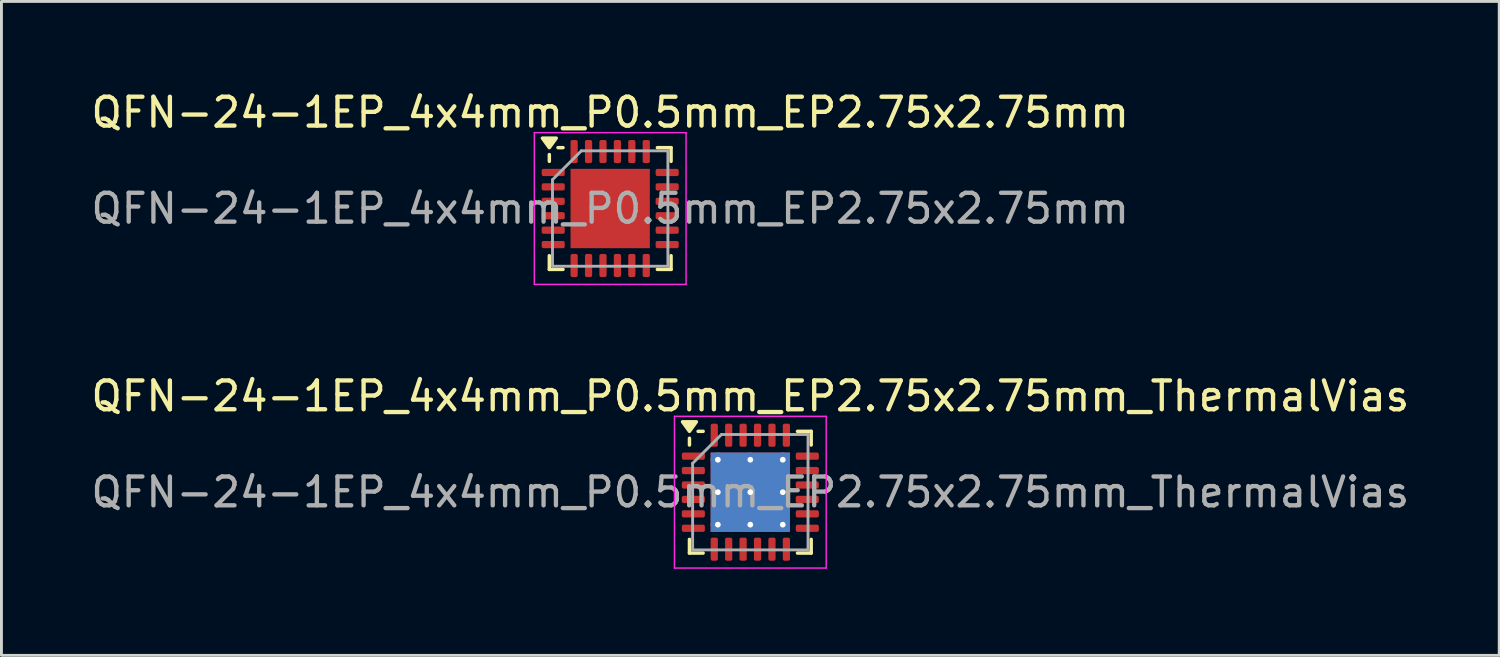
<source format=kicad_pcb>
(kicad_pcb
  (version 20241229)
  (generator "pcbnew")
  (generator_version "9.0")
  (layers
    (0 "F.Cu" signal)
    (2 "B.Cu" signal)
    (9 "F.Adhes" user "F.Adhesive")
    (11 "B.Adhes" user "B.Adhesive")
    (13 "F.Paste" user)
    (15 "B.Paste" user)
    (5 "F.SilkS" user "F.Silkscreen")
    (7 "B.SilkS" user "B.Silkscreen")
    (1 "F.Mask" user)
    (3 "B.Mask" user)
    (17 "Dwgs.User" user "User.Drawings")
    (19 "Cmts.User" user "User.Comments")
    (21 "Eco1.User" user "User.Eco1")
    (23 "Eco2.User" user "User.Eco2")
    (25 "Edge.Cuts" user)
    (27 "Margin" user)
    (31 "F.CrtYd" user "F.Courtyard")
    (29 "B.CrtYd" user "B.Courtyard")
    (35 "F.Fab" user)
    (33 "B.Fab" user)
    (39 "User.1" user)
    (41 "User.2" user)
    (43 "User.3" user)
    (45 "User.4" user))
  (footprint "QFN-24-1EP_4x4mm_P0.5mm_EP2.75x2.75mm_ThermalVias"
    (layer "F.Cu")
    (at 22.958 14.011)
    (property "Reference" "QFN-24-1EP_4x4mm_P0.5mm_EP2.75x2.75mm_ThermalVias" (at 0 -3.33 0) (layer "F.SilkS") (effects (font (size 1 1) (thickness 0.15))))
    (attr smd)
    (fp_line (start -2.11 -1.635) (end -2.11 -1.87) (stroke (width 0.12) (type solid)) (layer "F.SilkS"))
    (fp_line (start -2.11 2.11) (end -2.11 1.635) (stroke (width 0.12) (type solid)) (layer "F.SilkS"))
    (fp_line (start -1.635 -2.11) (end -1.81 -2.11) (stroke (width 0.12) (type solid)) (layer "F.SilkS"))
    (fp_line (start -1.635 2.11) (end -2.11 2.11) (stroke (width 0.12) (type solid)) (layer "F.SilkS"))
    (fp_line (start 1.635 -2.11) (end 2.11 -2.11) (stroke (width 0.12) (type solid)) (layer "F.SilkS"))
    (fp_line (start 1.635 2.11) (end 2.11 2.11) (stroke (width 0.12) (type solid)) (layer "F.SilkS"))
    (fp_line (start 2.11 -2.11) (end 2.11 -1.635) (stroke (width 0.12) (type solid)) (layer "F.SilkS"))
    (fp_line (start 2.11 2.11) (end 2.11 1.635) (stroke (width 0.12) (type solid)) (layer "F.SilkS"))
    (fp_poly (pts (xy -2.11 -2.11) (xy -2.35 -2.44) (xy -1.87 -2.44) (xy -2.11 -2.11)) (stroke (width 0.12) (type solid)) (fill yes) (layer "F.SilkS"))
    (fp_line (start -2.63 -2.63) (end -2.63 2.63) (stroke (width 0.05) (type solid)) (layer "F.CrtYd"))
    (fp_line (start -2.63 2.63) (end 2.63 2.63) (stroke (width 0.05) (type solid)) (layer "F.CrtYd"))
    (fp_line (start 2.63 -2.63) (end -2.63 -2.63) (stroke (width 0.05) (type solid)) (layer "F.CrtYd"))
    (fp_line (start 2.63 2.63) (end 2.63 -2.63) (stroke (width 0.05) (type solid)) (layer "F.CrtYd"))
    (fp_line (start -2 -1) (end -1 -2) (stroke (width 0.1) (type solid)) (layer "F.Fab"))
    (fp_line (start -2 2) (end -2 -1) (stroke (width 0.1) (type solid)) (layer "F.Fab"))
    (fp_line (start -1 -2) (end 2 -2) (stroke (width 0.1) (type solid)) (layer "F.Fab"))
    (fp_line (start 2 -2) (end 2 2) (stroke (width 0.1) (type solid)) (layer "F.Fab"))
    (fp_line (start 2 2) (end -2 2) (stroke (width 0.1) (type solid)) (layer "F.Fab"))
    (fp_text user "${REFERENCE}" (at 0 0 0) (layer "F.Fab") (effects (font (size 1 1) (thickness 0.15))))
    (pad "" smd roundrect (at -0.69 -0.69) (size 1.19 1.19) (layers "F.Paste") (roundrect_rratio 0.21))
    (pad "" smd roundrect (at -0.69 0.69) (size 1.19 1.19) (layers "F.Paste") (roundrect_rratio 0.21))
    (pad "" smd roundrect (at 0.69 -0.69) (size 1.19 1.19) (layers "F.Paste") (roundrect_rratio 0.21))
    (pad "" smd roundrect (at 0.69 0.69) (size 1.19 1.19) (layers "F.Paste") (roundrect_rratio 0.21))
    (pad "1" smd roundrect (at -1.975 -1.25) (size 0.8 0.25) (layers "F.Cu" "F.Mask" "F.Paste") (roundrect_rratio 0.25))
    (pad "2" smd roundrect (at -1.975 -0.75) (size 0.8 0.25) (layers "F.Cu" "F.Mask" "F.Paste") (roundrect_rratio 0.25))
    (pad "3" smd roundrect (at -1.975 -0.25) (size 0.8 0.25) (layers "F.Cu" "F.Mask" "F.Paste") (roundrect_rratio 0.25))
    (pad "4" smd roundrect (at -1.975 0.25) (size 0.8 0.25) (layers "F.Cu" "F.Mask" "F.Paste") (roundrect_rratio 0.25))
    (pad "5" smd roundrect (at -1.975 0.75) (size 0.8 0.25) (layers "F.Cu" "F.Mask" "F.Paste") (roundrect_rratio 0.25))
    (pad "6" smd roundrect (at -1.975 1.25) (size 0.8 0.25) (layers "F.Cu" "F.Mask" "F.Paste") (roundrect_rratio 0.25))
    (pad "7" smd roundrect (at -1.25 1.975) (size 0.25 0.8) (layers "F.Cu" "F.Mask" "F.Paste") (roundrect_rratio 0.25))
    (pad "8" smd roundrect (at -0.75 1.975) (size 0.25 0.8) (layers "F.Cu" "F.Mask" "F.Paste") (roundrect_rratio 0.25))
    (pad "9" smd roundrect (at -0.25 1.975) (size 0.25 0.8) (layers "F.Cu" "F.Mask" "F.Paste") (roundrect_rratio 0.25))
    (pad "10" smd roundrect (at 0.25 1.975) (size 0.25 0.8) (layers "F.Cu" "F.Mask" "F.Paste") (roundrect_rratio 0.25))
    (pad "11" smd roundrect (at 0.75 1.975) (size 0.25 0.8) (layers "F.Cu" "F.Mask" "F.Paste") (roundrect_rratio 0.25))
    (pad "12" smd roundrect (at 1.25 1.975) (size 0.25 0.8) (layers "F.Cu" "F.Mask" "F.Paste") (roundrect_rratio 0.25))
    (pad "13" smd roundrect (at 1.975 1.25) (size 0.8 0.25) (layers "F.Cu" "F.Mask" "F.Paste") (roundrect_rratio 0.25))
    (pad "14" smd roundrect (at 1.975 0.75) (size 0.8 0.25) (layers "F.Cu" "F.Mask" "F.Paste") (roundrect_rratio 0.25))
    (pad "15" smd roundrect (at 1.975 0.25) (size 0.8 0.25) (layers "F.Cu" "F.Mask" "F.Paste") (roundrect_rratio 0.25))
    (pad "16" smd roundrect (at 1.975 -0.25) (size 0.8 0.25) (layers "F.Cu" "F.Mask" "F.Paste") (roundrect_rratio 0.25))
    (pad "17" smd roundrect (at 1.975 -0.75) (size 0.8 0.25) (layers "F.Cu" "F.Mask" "F.Paste") (roundrect_rratio 0.25))
    (pad "18" smd roundrect (at 1.975 -1.25) (size 0.8 0.25) (layers "F.Cu" "F.Mask" "F.Paste") (roundrect_rratio 0.25))
    (pad "19" smd roundrect (at 1.25 -1.975) (size 0.25 0.8) (layers "F.Cu" "F.Mask" "F.Paste") (roundrect_rratio 0.25))
    (pad "20" smd roundrect (at 0.75 -1.975) (size 0.25 0.8) (layers "F.Cu" "F.Mask" "F.Paste") (roundrect_rratio 0.25))
    (pad "21" smd roundrect (at 0.25 -1.975) (size 0.25 0.8) (layers "F.Cu" "F.Mask" "F.Paste") (roundrect_rratio 0.25))
    (pad "22" smd roundrect (at -0.25 -1.975) (size 0.25 0.8) (layers "F.Cu" "F.Mask" "F.Paste") (roundrect_rratio 0.25))
    (pad "23" smd roundrect (at -0.75 -1.975) (size 0.25 0.8) (layers "F.Cu" "F.Mask" "F.Paste") (roundrect_rratio 0.25))
    (pad "24" smd roundrect (at -1.25 -1.975) (size 0.25 0.8) (layers "F.Cu" "F.Mask" "F.Paste") (roundrect_rratio 0.25))
    (pad "25" thru_hole circle (at -1.125 -1.125) (size 0.5 0.5) (drill 0.2) (property pad_prop_heatsink) (layers "*.Cu"))
    (pad "25" thru_hole circle (at -1.125 0) (size 0.5 0.5) (drill 0.2) (property pad_prop_heatsink) (layers "*.Cu"))
    (pad "25" thru_hole circle (at -1.125 1.125) (size 0.5 0.5) (drill 0.2) (property pad_prop_heatsink) (layers "*.Cu"))
    (pad "25" thru_hole circle (at 0 -1.125) (size 0.5 0.5) (drill 0.2) (property pad_prop_heatsink) (layers "*.Cu"))
    (pad "25" thru_hole circle (at 0 0) (size 0.5 0.5) (drill 0.2) (property pad_prop_heatsink) (layers "*.Cu"))
    (pad "25" smd rect (at 0 0) (size 2.75 2.75) (property pad_prop_heatsink) (layers "F.Cu" "F.Mask"))
    (pad "25" smd rect (at 0 0) (size 2.75 2.75) (property pad_prop_heatsink) (layers "B.Cu"))
    (pad "25" thru_hole circle (at 0 1.125) (size 0.5 0.5) (drill 0.2) (property pad_prop_heatsink) (layers "*.Cu"))
    (pad "25" thru_hole circle (at 1.125 -1.125) (size 0.5 0.5) (drill 0.2) (property pad_prop_heatsink) (layers "*.Cu"))
    (pad "25" thru_hole circle (at 1.125 0) (size 0.5 0.5) (drill 0.2) (property pad_prop_heatsink) (layers "*.Cu"))
    (pad "25" thru_hole circle (at 1.125 1.125) (size 0.5 0.5) (drill 0.2) (property pad_prop_heatsink) (layers "*.Cu")))
  (footprint "QFN-24-1EP_4x4mm_P0.5mm_EP2.75x2.75mm"
    (layer "F.Cu")
    (at 18.101 4.178)
    (property "Reference" "QFN-24-1EP_4x4mm_P0.5mm_EP2.75x2.75mm" (at 0 -3.33 0) (layer "F.SilkS") (effects (font (size 1 1) (thickness 0.15))))
    (attr smd)
    (fp_line (start -2.11 -1.635) (end -2.11 -1.87) (stroke (width 0.12) (type solid)) (layer "F.SilkS"))
    (fp_line (start -2.11 2.11) (end -2.11 1.635) (stroke (width 0.12) (type solid)) (layer "F.SilkS"))
    (fp_line (start -1.635 -2.11) (end -1.81 -2.11) (stroke (width 0.12) (type solid)) (layer "F.SilkS"))
    (fp_line (start -1.635 2.11) (end -2.11 2.11) (stroke (width 0.12) (type solid)) (layer "F.SilkS"))
    (fp_line (start 1.635 -2.11) (end 2.11 -2.11) (stroke (width 0.12) (type solid)) (layer "F.SilkS"))
    (fp_line (start 1.635 2.11) (end 2.11 2.11) (stroke (width 0.12) (type solid)) (layer "F.SilkS"))
    (fp_line (start 2.11 -2.11) (end 2.11 -1.635) (stroke (width 0.12) (type solid)) (layer "F.SilkS"))
    (fp_line (start 2.11 2.11) (end 2.11 1.635) (stroke (width 0.12) (type solid)) (layer "F.SilkS"))
    (fp_poly (pts (xy -2.11 -2.11) (xy -2.35 -2.44) (xy -1.87 -2.44) (xy -2.11 -2.11)) (stroke (width 0.12) (type solid)) (fill yes) (layer "F.SilkS"))
    (fp_line (start -2.63 -2.63) (end -2.63 2.63) (stroke (width 0.05) (type solid)) (layer "F.CrtYd"))
    (fp_line (start -2.63 2.63) (end 2.63 2.63) (stroke (width 0.05) (type solid)) (layer "F.CrtYd"))
    (fp_line (start 2.63 -2.63) (end -2.63 -2.63) (stroke (width 0.05) (type solid)) (layer "F.CrtYd"))
    (fp_line (start 2.63 2.63) (end 2.63 -2.63) (stroke (width 0.05) (type solid)) (layer "F.CrtYd"))
    (fp_line (start -2 -1) (end -1 -2) (stroke (width 0.1) (type solid)) (layer "F.Fab"))
    (fp_line (start -2 2) (end -2 -1) (stroke (width 0.1) (type solid)) (layer "F.Fab"))
    (fp_line (start -1 -2) (end 2 -2) (stroke (width 0.1) (type solid)) (layer "F.Fab"))
    (fp_line (start 2 -2) (end 2 2) (stroke (width 0.1) (type solid)) (layer "F.Fab"))
    (fp_line (start 2 2) (end -2 2) (stroke (width 0.1) (type solid)) (layer "F.Fab"))
    (fp_text user "${REFERENCE}" (at 0 0 0) (layer "F.Fab") (effects (font (size 1 1) (thickness 0.15))))
    (pad "" smd roundrect (at -0.69 -0.69) (size 1.11 1.11) (layers "F.Paste") (roundrect_rratio 0.225))
    (pad "" smd roundrect (at -0.69 0.69) (size 1.11 1.11) (layers "F.Paste") (roundrect_rratio 0.225))
    (pad "" smd roundrect (at 0.69 -0.69) (size 1.11 1.11) (layers "F.Paste") (roundrect_rratio 0.225))
    (pad "" smd roundrect (at 0.69 0.69) (size 1.11 1.11) (layers "F.Paste") (roundrect_rratio 0.225))
    (pad "1" smd roundrect (at -1.975 -1.25) (size 0.8 0.25) (layers "F.Cu" "F.Mask" "F.Paste") (roundrect_rratio 0.25))
    (pad "2" smd roundrect (at -1.975 -0.75) (size 0.8 0.25) (layers "F.Cu" "F.Mask" "F.Paste") (roundrect_rratio 0.25))
    (pad "3" smd roundrect (at -1.975 -0.25) (size 0.8 0.25) (layers "F.Cu" "F.Mask" "F.Paste") (roundrect_rratio 0.25))
    (pad "4" smd roundrect (at -1.975 0.25) (size 0.8 0.25) (layers "F.Cu" "F.Mask" "F.Paste") (roundrect_rratio 0.25))
    (pad "5" smd roundrect (at -1.975 0.75) (size 0.8 0.25) (layers "F.Cu" "F.Mask" "F.Paste") (roundrect_rratio 0.25))
    (pad "6" smd roundrect (at -1.975 1.25) (size 0.8 0.25) (layers "F.Cu" "F.Mask" "F.Paste") (roundrect_rratio 0.25))
    (pad "7" smd roundrect (at -1.25 1.975) (size 0.25 0.8) (layers "F.Cu" "F.Mask" "F.Paste") (roundrect_rratio 0.25))
    (pad "8" smd roundrect (at -0.75 1.975) (size 0.25 0.8) (layers "F.Cu" "F.Mask" "F.Paste") (roundrect_rratio 0.25))
    (pad "9" smd roundrect (at -0.25 1.975) (size 0.25 0.8) (layers "F.Cu" "F.Mask" "F.Paste") (roundrect_rratio 0.25))
    (pad "10" smd roundrect (at 0.25 1.975) (size 0.25 0.8) (layers "F.Cu" "F.Mask" "F.Paste") (roundrect_rratio 0.25))
    (pad "11" smd roundrect (at 0.75 1.975) (size 0.25 0.8) (layers "F.Cu" "F.Mask" "F.Paste") (roundrect_rratio 0.25))
    (pad "12" smd roundrect (at 1.25 1.975) (size 0.25 0.8) (layers "F.Cu" "F.Mask" "F.Paste") (roundrect_rratio 0.25))
    (pad "13" smd roundrect (at 1.975 1.25) (size 0.8 0.25) (layers "F.Cu" "F.Mask" "F.Paste") (roundrect_rratio 0.25))
    (pad "14" smd roundrect (at 1.975 0.75) (size 0.8 0.25) (layers "F.Cu" "F.Mask" "F.Paste") (roundrect_rratio 0.25))
    (pad "15" smd roundrect (at 1.975 0.25) (size 0.8 0.25) (layers "F.Cu" "F.Mask" "F.Paste") (roundrect_rratio 0.25))
    (pad "16" smd roundrect (at 1.975 -0.25) (size 0.8 0.25) (layers "F.Cu" "F.Mask" "F.Paste") (roundrect_rratio 0.25))
    (pad "17" smd roundrect (at 1.975 -0.75) (size 0.8 0.25) (layers "F.Cu" "F.Mask" "F.Paste") (roundrect_rratio 0.25))
    (pad "18" smd roundrect (at 1.975 -1.25) (size 0.8 0.25) (layers "F.Cu" "F.Mask" "F.Paste") (roundrect_rratio 0.25))
    (pad "19" smd roundrect (at 1.25 -1.975) (size 0.25 0.8) (layers "F.Cu" "F.Mask" "F.Paste") (roundrect_rratio 0.25))
    (pad "20" smd roundrect (at 0.75 -1.975) (size 0.25 0.8) (layers "F.Cu" "F.Mask" "F.Paste") (roundrect_rratio 0.25))
    (pad "21" smd roundrect (at 0.25 -1.975) (size 0.25 0.8) (layers "F.Cu" "F.Mask" "F.Paste") (roundrect_rratio 0.25))
    (pad "22" smd roundrect (at -0.25 -1.975) (size 0.25 0.8) (layers "F.Cu" "F.Mask" "F.Paste") (roundrect_rratio 0.25))
    (pad "23" smd roundrect (at -0.75 -1.975) (size 0.25 0.8) (layers "F.Cu" "F.Mask" "F.Paste") (roundrect_rratio 0.25))
    (pad "24" smd roundrect (at -1.25 -1.975) (size 0.25 0.8) (layers "F.Cu" "F.Mask" "F.Paste") (roundrect_rratio 0.25))
    (pad "25" smd rect (at 0 0) (size 2.75 2.75) (property pad_prop_heatsink) (layers "F.Cu" "F.Mask")))
  (gr_rect
    (start -3 -3)
    (end 48.917 19.666)
    (stroke (width 0.1) (type default))
    (fill no)
    (layer "Edge.Cuts")))
</source>
